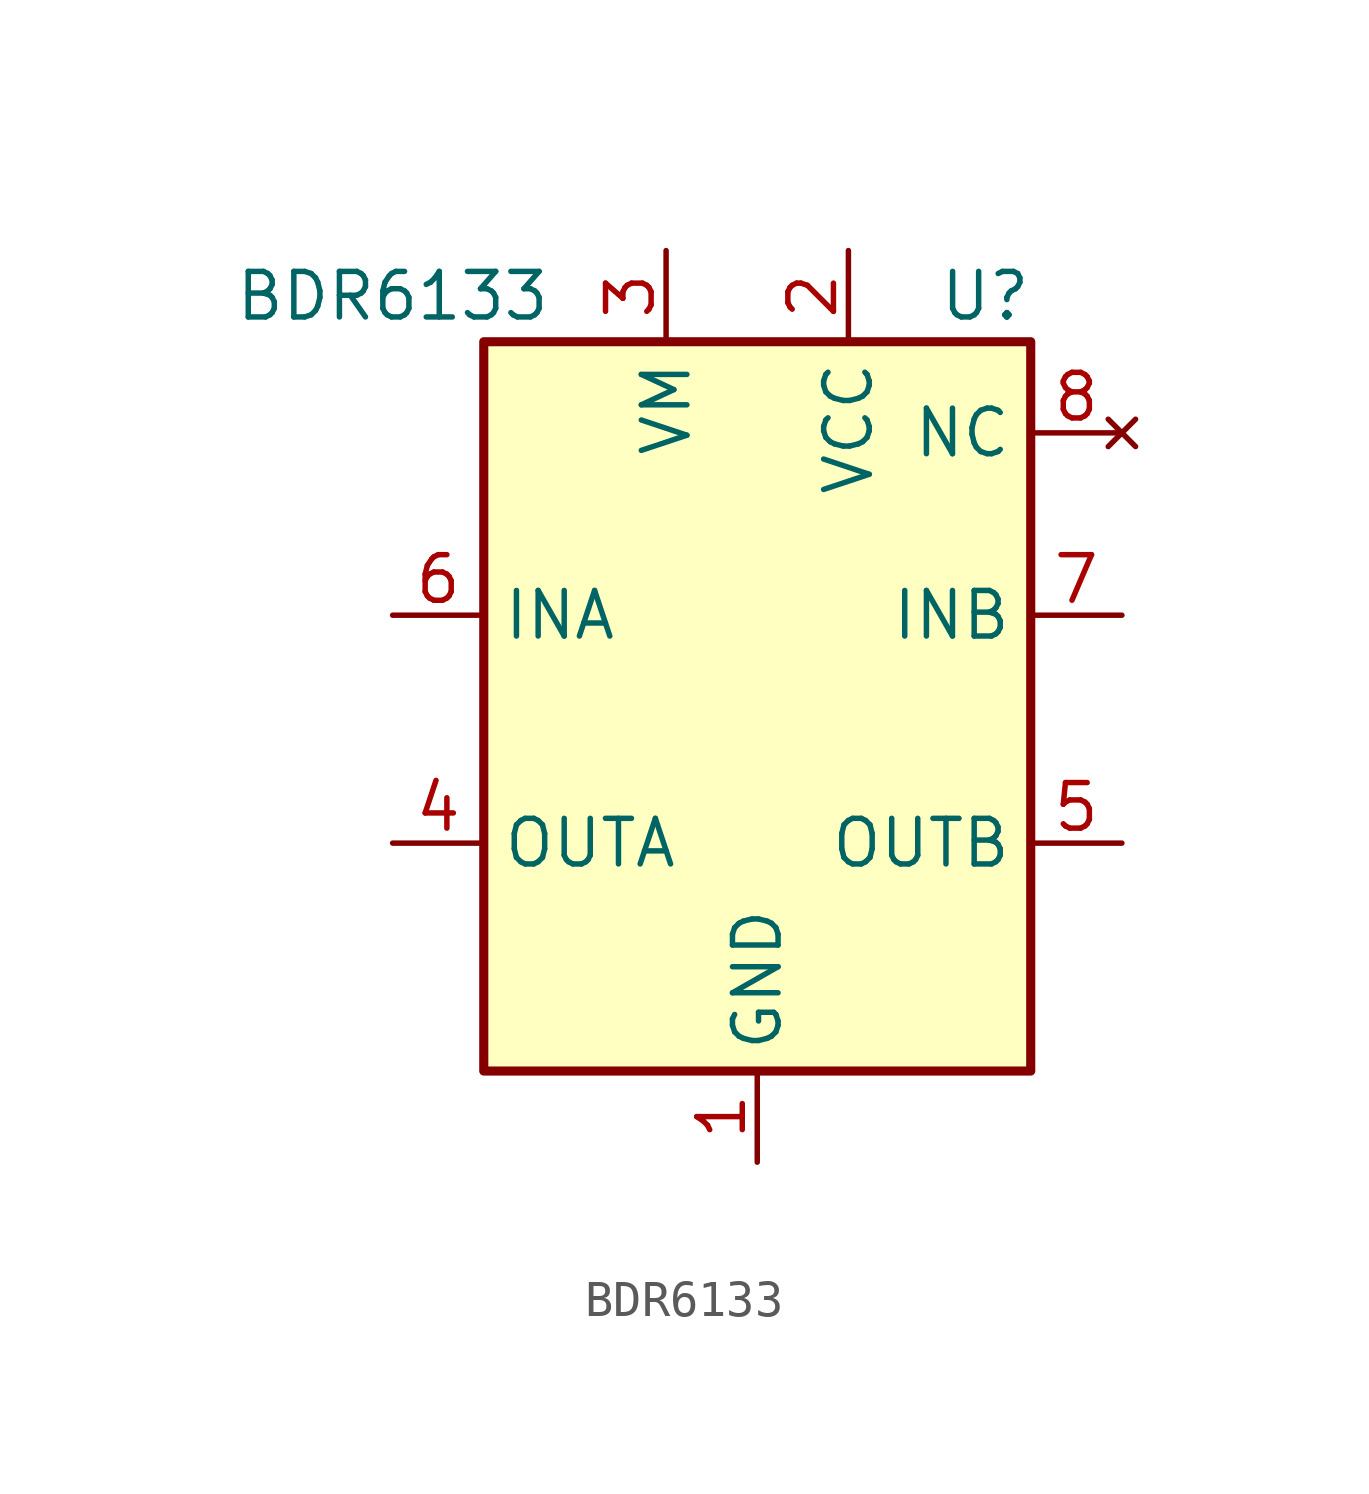
<source format=kicad_sym>
(kicad_symbol_lib
  (version 20231120)
  (generator "kicad_symbol_editor")
  (generator_version "8.0")
  (symbol "BDR6133"
    (property "Reference" "U"
      (at 6.35 11.43 0)
      (effects (font (size 1.27 1.27))))
    (property "Value" "BDR6133"
      (at -10.16 11.43 0)
      (effects (font (size 1.27 1.27))))
    (symbol "BDR6133_0_1"
      (rectangle (start -7.62 10.16) (end 7.62 -10.16) (stroke (width 0.254) (type default)) (fill (type background))))
    (symbol "BDR6133_1_1"
      (pin power_in line (at 0 -12.7 90) (length 2.54) (name "GND" (effects (font (size 1.27 1.27)))) (number "1" (effects (font (size 1.27 1.27)))))
      (pin power_in line (at 2.54 12.7 270) (length 2.54) (name "VCC" (effects (font (size 1.27 1.27)))) (number "2" (effects (font (size 1.27 1.27)))))
      (pin power_in line (at -2.54 12.7 270) (length 2.54) (name "VM" (effects (font (size 1.27 1.27)))) (number "3" (effects (font (size 1.27 1.27)))))
      (pin output line (at -10.16 -3.81 0) (length 2.54) (name "OUTA" (effects (font (size 1.27 1.27)))) (number "4" (effects (font (size 1.27 1.27)))))
      (pin output line (at 10.16 -3.81 180) (length 2.54) (name "OUTB" (effects (font (size 1.27 1.27)))) (number "5" (effects (font (size 1.27 1.27)))))
      (pin input line (at -10.16 2.54 0) (length 2.54) (name "INA" (effects (font (size 1.27 1.27)))) (number "6" (effects (font (size 1.27 1.27)))))
      (pin input line (at 10.16 2.54 180) (length 2.54) (name "INB" (effects (font (size 1.27 1.27)))) (number "7" (effects (font (size 1.27 1.27)))))
      (pin no_connect line (at 10.16 7.62 180) (length 2.54) (name "NC" (effects (font (size 1.27 1.27)))) (number "8" (effects (font (size 1.27 1.27)))))
      (pin passive line (at 0 -12.7 90) (length 2.54) hide (name "GND" (effects (font (size 1.27 1.27)))) (number "9" (effects (font (size 1.27 1.27))))))))
</source>
